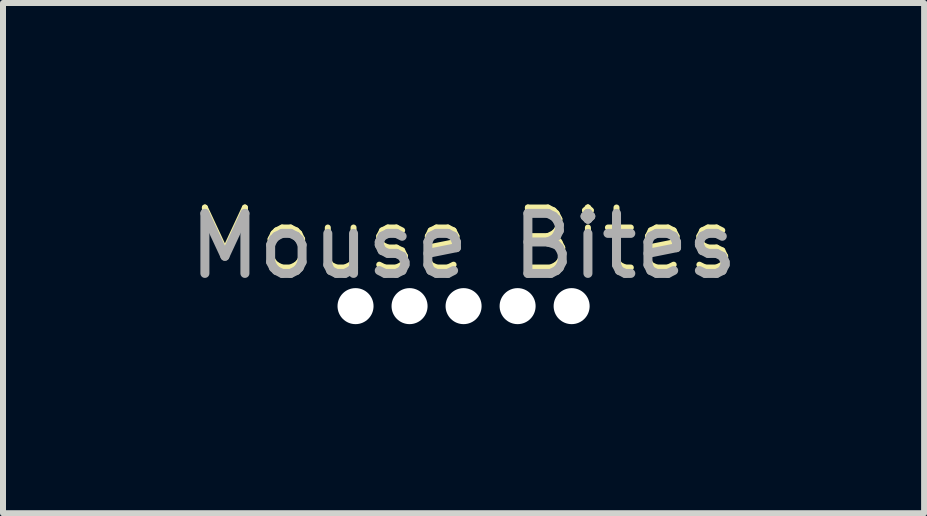
<source format=kicad_pcb>
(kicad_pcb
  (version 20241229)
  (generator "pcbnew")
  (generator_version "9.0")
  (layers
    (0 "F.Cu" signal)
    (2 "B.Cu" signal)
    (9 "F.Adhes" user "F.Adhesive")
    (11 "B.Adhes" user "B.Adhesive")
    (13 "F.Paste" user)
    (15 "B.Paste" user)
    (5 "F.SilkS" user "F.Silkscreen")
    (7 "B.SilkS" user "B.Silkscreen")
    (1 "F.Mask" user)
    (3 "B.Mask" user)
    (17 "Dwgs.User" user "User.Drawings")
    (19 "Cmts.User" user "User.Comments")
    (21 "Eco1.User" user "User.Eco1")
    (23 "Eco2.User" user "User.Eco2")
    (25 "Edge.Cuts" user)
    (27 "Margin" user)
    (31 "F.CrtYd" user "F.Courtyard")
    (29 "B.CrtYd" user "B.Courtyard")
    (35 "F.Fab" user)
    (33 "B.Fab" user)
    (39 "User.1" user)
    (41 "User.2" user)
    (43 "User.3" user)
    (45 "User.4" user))
  (footprint "Mouse Bites"
    (layer "F.Cu")
    (at 4.673 0.25)
    (property "Reference" "Mouse Bites" (at 0 0.7 0) (unlocked yes) (layer "F.SilkS") (effects (font (size 1 1) (thickness 0.1))))
    (attr through_hole)
    (fp_rect (start -2.2 1.4) (end 2.2 2.2) (stroke (width 0.1) (type default)) (fill no) (layer "Margin"))
    (fp_text user "${REFERENCE}" (at 0 0.8 0) (unlocked yes) (layer "F.Fab") (effects (font (size 1 1) (thickness 0.15))))
    (pad "" np_thru_hole circle (at -1.8 1.8) (size 0.6 0.6) (drill 0.6) (layers "*.Cu" "*.Mask"))
    (pad "" np_thru_hole circle (at -0.9 1.8) (size 0.6 0.6) (drill 0.6) (layers "*.Cu" "*.Mask"))
    (pad "" np_thru_hole circle (at 0 1.8) (size 0.6 0.6) (drill 0.6) (layers "*.Cu" "*.Mask"))
    (pad "" np_thru_hole circle (at 0.9 1.8) (size 0.6 0.6) (drill 0.6) (layers "*.Cu" "*.Mask"))
    (pad "" np_thru_hole circle (at 1.8 1.8) (size 0.6 0.6) (drill 0.6) (layers "*.Cu" "*.Mask")))
  (gr_rect
    (start -3 -3)
    (end 12.345 5.5)
    (stroke (width 0.1) (type default))
    (fill no)
    (layer "Edge.Cuts")))
</source>
